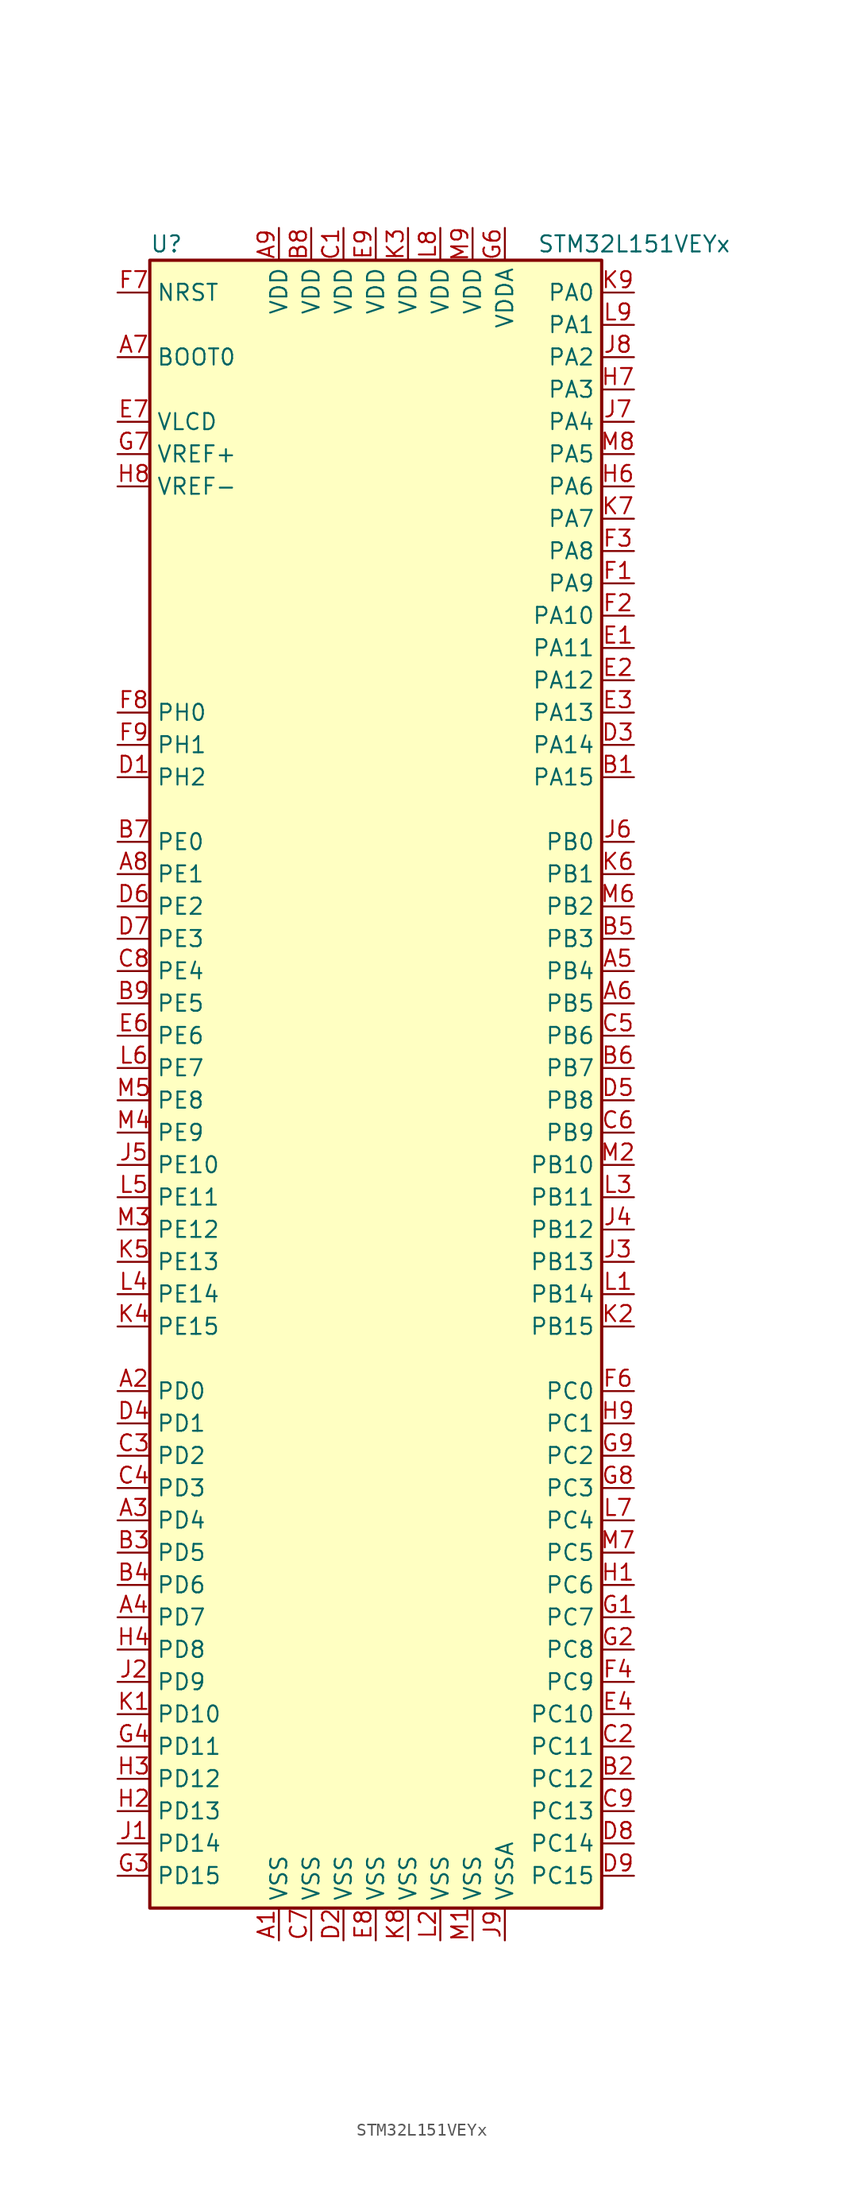
<source format=kicad_sym>
(kicad_symbol_lib
  (version 20201005)
  (generator kicad_symbol_editor)
  (symbol "MCU_ST_STM32L1:STM32L151VEYx"
    (property "Reference" "U"
      (at -17.78 64.77 0)
      (effects (font (size 1.27 1.27)) (justify left)))
    (property "Value" "STM32L151VEYx"
      (at 12.7 64.77 0)
      (effects (font (size 1.27 1.27)) (justify left)))
    (symbol "STM32L151VEYx_0_1"
      (rectangle (start -17.78 -66.04) (end 17.78 63.5) (stroke (width 0.254)) (fill (type background))))
    (symbol "STM32L151VEYx_1_1"
      (pin input line (at -20.32 55.88 0) (length 2.54) (name "BOOT0" (effects (font (size 1.27 1.27)))) (number "A7" (effects (font (size 1.27 1.27)))))
      (pin input line (at -20.32 60.96 0) (length 2.54) (name "NRST" (effects (font (size 1.27 1.27)))) (number "F7" (effects (font (size 1.27 1.27)))))
      (pin bidirectional line (at 20.32 60.96 180) (length 2.54) (name "PA0" (effects (font (size 1.27 1.27)))) (number "K9" (effects (font (size 1.27 1.27)))))
      (pin bidirectional line (at 20.32 58.42 180) (length 2.54) (name "PA1" (effects (font (size 1.27 1.27)))) (number "L9" (effects (font (size 1.27 1.27)))))
      (pin bidirectional line (at 20.32 35.56 180) (length 2.54) (name "PA10" (effects (font (size 1.27 1.27)))) (number "F2" (effects (font (size 1.27 1.27)))))
      (pin bidirectional line (at 20.32 33.02 180) (length 2.54) (name "PA11" (effects (font (size 1.27 1.27)))) (number "E1" (effects (font (size 1.27 1.27)))))
      (pin bidirectional line (at 20.32 30.48 180) (length 2.54) (name "PA12" (effects (font (size 1.27 1.27)))) (number "E2" (effects (font (size 1.27 1.27)))))
      (pin bidirectional line (at 20.32 27.94 180) (length 2.54) (name "PA13" (effects (font (size 1.27 1.27)))) (number "E3" (effects (font (size 1.27 1.27)))))
      (pin bidirectional line (at 20.32 25.4 180) (length 2.54) (name "PA14" (effects (font (size 1.27 1.27)))) (number "D3" (effects (font (size 1.27 1.27)))))
      (pin bidirectional line (at 20.32 22.86 180) (length 2.54) (name "PA15" (effects (font (size 1.27 1.27)))) (number "B1" (effects (font (size 1.27 1.27)))))
      (pin bidirectional line (at 20.32 55.88 180) (length 2.54) (name "PA2" (effects (font (size 1.27 1.27)))) (number "J8" (effects (font (size 1.27 1.27)))))
      (pin bidirectional line (at 20.32 53.34 180) (length 2.54) (name "PA3" (effects (font (size 1.27 1.27)))) (number "H7" (effects (font (size 1.27 1.27)))))
      (pin bidirectional line (at 20.32 50.8 180) (length 2.54) (name "PA4" (effects (font (size 1.27 1.27)))) (number "J7" (effects (font (size 1.27 1.27)))))
      (pin bidirectional line (at 20.32 48.26 180) (length 2.54) (name "PA5" (effects (font (size 1.27 1.27)))) (number "M8" (effects (font (size 1.27 1.27)))))
      (pin bidirectional line (at 20.32 45.72 180) (length 2.54) (name "PA6" (effects (font (size 1.27 1.27)))) (number "H6" (effects (font (size 1.27 1.27)))))
      (pin bidirectional line (at 20.32 43.18 180) (length 2.54) (name "PA7" (effects (font (size 1.27 1.27)))) (number "K7" (effects (font (size 1.27 1.27)))))
      (pin bidirectional line (at 20.32 40.64 180) (length 2.54) (name "PA8" (effects (font (size 1.27 1.27)))) (number "F3" (effects (font (size 1.27 1.27)))))
      (pin bidirectional line (at 20.32 38.1 180) (length 2.54) (name "PA9" (effects (font (size 1.27 1.27)))) (number "F1" (effects (font (size 1.27 1.27)))))
      (pin bidirectional line (at 20.32 17.78 180) (length 2.54) (name "PB0" (effects (font (size 1.27 1.27)))) (number "J6" (effects (font (size 1.27 1.27)))))
      (pin bidirectional line (at 20.32 15.24 180) (length 2.54) (name "PB1" (effects (font (size 1.27 1.27)))) (number "K6" (effects (font (size 1.27 1.27)))))
      (pin bidirectional line (at 20.32 -7.62 180) (length 2.54) (name "PB10" (effects (font (size 1.27 1.27)))) (number "M2" (effects (font (size 1.27 1.27)))))
      (pin bidirectional line (at 20.32 -10.16 180) (length 2.54) (name "PB11" (effects (font (size 1.27 1.27)))) (number "L3" (effects (font (size 1.27 1.27)))))
      (pin bidirectional line (at 20.32 -12.7 180) (length 2.54) (name "PB12" (effects (font (size 1.27 1.27)))) (number "J4" (effects (font (size 1.27 1.27)))))
      (pin bidirectional line (at 20.32 -15.24 180) (length 2.54) (name "PB13" (effects (font (size 1.27 1.27)))) (number "J3" (effects (font (size 1.27 1.27)))))
      (pin bidirectional line (at 20.32 -17.78 180) (length 2.54) (name "PB14" (effects (font (size 1.27 1.27)))) (number "L1" (effects (font (size 1.27 1.27)))))
      (pin bidirectional line (at 20.32 -20.32 180) (length 2.54) (name "PB15" (effects (font (size 1.27 1.27)))) (number "K2" (effects (font (size 1.27 1.27)))))
      (pin bidirectional line (at 20.32 12.7 180) (length 2.54) (name "PB2" (effects (font (size 1.27 1.27)))) (number "M6" (effects (font (size 1.27 1.27)))))
      (pin bidirectional line (at 20.32 10.16 180) (length 2.54) (name "PB3" (effects (font (size 1.27 1.27)))) (number "B5" (effects (font (size 1.27 1.27)))))
      (pin bidirectional line (at 20.32 7.62 180) (length 2.54) (name "PB4" (effects (font (size 1.27 1.27)))) (number "A5" (effects (font (size 1.27 1.27)))))
      (pin bidirectional line (at 20.32 5.08 180) (length 2.54) (name "PB5" (effects (font (size 1.27 1.27)))) (number "A6" (effects (font (size 1.27 1.27)))))
      (pin bidirectional line (at 20.32 2.54 180) (length 2.54) (name "PB6" (effects (font (size 1.27 1.27)))) (number "C5" (effects (font (size 1.27 1.27)))))
      (pin bidirectional line (at 20.32 0 180) (length 2.54) (name "PB7" (effects (font (size 1.27 1.27)))) (number "B6" (effects (font (size 1.27 1.27)))))
      (pin bidirectional line (at 20.32 -2.54 180) (length 2.54) (name "PB8" (effects (font (size 1.27 1.27)))) (number "D5" (effects (font (size 1.27 1.27)))))
      (pin bidirectional line (at 20.32 -5.08 180) (length 2.54) (name "PB9" (effects (font (size 1.27 1.27)))) (number "C6" (effects (font (size 1.27 1.27)))))
      (pin bidirectional line (at 20.32 -25.4 180) (length 2.54) (name "PC0" (effects (font (size 1.27 1.27)))) (number "F6" (effects (font (size 1.27 1.27)))))
      (pin bidirectional line (at 20.32 -27.94 180) (length 2.54) (name "PC1" (effects (font (size 1.27 1.27)))) (number "H9" (effects (font (size 1.27 1.27)))))
      (pin bidirectional line (at 20.32 -50.8 180) (length 2.54) (name "PC10" (effects (font (size 1.27 1.27)))) (number "E4" (effects (font (size 1.27 1.27)))))
      (pin bidirectional line (at 20.32 -53.34 180) (length 2.54) (name "PC11" (effects (font (size 1.27 1.27)))) (number "C2" (effects (font (size 1.27 1.27)))))
      (pin bidirectional line (at 20.32 -55.88 180) (length 2.54) (name "PC12" (effects (font (size 1.27 1.27)))) (number "B2" (effects (font (size 1.27 1.27)))))
      (pin bidirectional line (at 20.32 -58.42 180) (length 2.54) (name "PC13" (effects (font (size 1.27 1.27)))) (number "C9" (effects (font (size 1.27 1.27)))))
      (pin bidirectional line (at 20.32 -60.96 180) (length 2.54) (name "PC14" (effects (font (size 1.27 1.27)))) (number "D8" (effects (font (size 1.27 1.27)))))
      (pin bidirectional line (at 20.32 -63.5 180) (length 2.54) (name "PC15" (effects (font (size 1.27 1.27)))) (number "D9" (effects (font (size 1.27 1.27)))))
      (pin bidirectional line (at 20.32 -30.48 180) (length 2.54) (name "PC2" (effects (font (size 1.27 1.27)))) (number "G9" (effects (font (size 1.27 1.27)))))
      (pin bidirectional line (at 20.32 -33.02 180) (length 2.54) (name "PC3" (effects (font (size 1.27 1.27)))) (number "G8" (effects (font (size 1.27 1.27)))))
      (pin bidirectional line (at 20.32 -35.56 180) (length 2.54) (name "PC4" (effects (font (size 1.27 1.27)))) (number "L7" (effects (font (size 1.27 1.27)))))
      (pin bidirectional line (at 20.32 -38.1 180) (length 2.54) (name "PC5" (effects (font (size 1.27 1.27)))) (number "M7" (effects (font (size 1.27 1.27)))))
      (pin bidirectional line (at 20.32 -40.64 180) (length 2.54) (name "PC6" (effects (font (size 1.27 1.27)))) (number "H1" (effects (font (size 1.27 1.27)))))
      (pin bidirectional line (at 20.32 -43.18 180) (length 2.54) (name "PC7" (effects (font (size 1.27 1.27)))) (number "G1" (effects (font (size 1.27 1.27)))))
      (pin bidirectional line (at 20.32 -45.72 180) (length 2.54) (name "PC8" (effects (font (size 1.27 1.27)))) (number "G2" (effects (font (size 1.27 1.27)))))
      (pin bidirectional line (at 20.32 -48.26 180) (length 2.54) (name "PC9" (effects (font (size 1.27 1.27)))) (number "F4" (effects (font (size 1.27 1.27)))))
      (pin bidirectional line (at -20.32 -25.4 0) (length 2.54) (name "PD0" (effects (font (size 1.27 1.27)))) (number "A2" (effects (font (size 1.27 1.27)))))
      (pin bidirectional line (at -20.32 -27.94 0) (length 2.54) (name "PD1" (effects (font (size 1.27 1.27)))) (number "D4" (effects (font (size 1.27 1.27)))))
      (pin bidirectional line (at -20.32 -50.8 0) (length 2.54) (name "PD10" (effects (font (size 1.27 1.27)))) (number "K1" (effects (font (size 1.27 1.27)))))
      (pin bidirectional line (at -20.32 -53.34 0) (length 2.54) (name "PD11" (effects (font (size 1.27 1.27)))) (number "G4" (effects (font (size 1.27 1.27)))))
      (pin bidirectional line (at -20.32 -55.88 0) (length 2.54) (name "PD12" (effects (font (size 1.27 1.27)))) (number "H3" (effects (font (size 1.27 1.27)))))
      (pin bidirectional line (at -20.32 -58.42 0) (length 2.54) (name "PD13" (effects (font (size 1.27 1.27)))) (number "H2" (effects (font (size 1.27 1.27)))))
      (pin bidirectional line (at -20.32 -60.96 0) (length 2.54) (name "PD14" (effects (font (size 1.27 1.27)))) (number "J1" (effects (font (size 1.27 1.27)))))
      (pin bidirectional line (at -20.32 -63.5 0) (length 2.54) (name "PD15" (effects (font (size 1.27 1.27)))) (number "G3" (effects (font (size 1.27 1.27)))))
      (pin bidirectional line (at -20.32 -30.48 0) (length 2.54) (name "PD2" (effects (font (size 1.27 1.27)))) (number "C3" (effects (font (size 1.27 1.27)))))
      (pin bidirectional line (at -20.32 -33.02 0) (length 2.54) (name "PD3" (effects (font (size 1.27 1.27)))) (number "C4" (effects (font (size 1.27 1.27)))))
      (pin bidirectional line (at -20.32 -35.56 0) (length 2.54) (name "PD4" (effects (font (size 1.27 1.27)))) (number "A3" (effects (font (size 1.27 1.27)))))
      (pin bidirectional line (at -20.32 -38.1 0) (length 2.54) (name "PD5" (effects (font (size 1.27 1.27)))) (number "B3" (effects (font (size 1.27 1.27)))))
      (pin bidirectional line (at -20.32 -40.64 0) (length 2.54) (name "PD6" (effects (font (size 1.27 1.27)))) (number "B4" (effects (font (size 1.27 1.27)))))
      (pin bidirectional line (at -20.32 -43.18 0) (length 2.54) (name "PD7" (effects (font (size 1.27 1.27)))) (number "A4" (effects (font (size 1.27 1.27)))))
      (pin bidirectional line (at -20.32 -45.72 0) (length 2.54) (name "PD8" (effects (font (size 1.27 1.27)))) (number "H4" (effects (font (size 1.27 1.27)))))
      (pin bidirectional line (at -20.32 -48.26 0) (length 2.54) (name "PD9" (effects (font (size 1.27 1.27)))) (number "J2" (effects (font (size 1.27 1.27)))))
      (pin bidirectional line (at -20.32 17.78 0) (length 2.54) (name "PE0" (effects (font (size 1.27 1.27)))) (number "B7" (effects (font (size 1.27 1.27)))))
      (pin bidirectional line (at -20.32 15.24 0) (length 2.54) (name "PE1" (effects (font (size 1.27 1.27)))) (number "A8" (effects (font (size 1.27 1.27)))))
      (pin bidirectional line (at -20.32 -7.62 0) (length 2.54) (name "PE10" (effects (font (size 1.27 1.27)))) (number "J5" (effects (font (size 1.27 1.27)))))
      (pin bidirectional line (at -20.32 -10.16 0) (length 2.54) (name "PE11" (effects (font (size 1.27 1.27)))) (number "L5" (effects (font (size 1.27 1.27)))))
      (pin bidirectional line (at -20.32 -12.7 0) (length 2.54) (name "PE12" (effects (font (size 1.27 1.27)))) (number "M3" (effects (font (size 1.27 1.27)))))
      (pin bidirectional line (at -20.32 -15.24 0) (length 2.54) (name "PE13" (effects (font (size 1.27 1.27)))) (number "K5" (effects (font (size 1.27 1.27)))))
      (pin bidirectional line (at -20.32 -17.78 0) (length 2.54) (name "PE14" (effects (font (size 1.27 1.27)))) (number "L4" (effects (font (size 1.27 1.27)))))
      (pin bidirectional line (at -20.32 -20.32 0) (length 2.54) (name "PE15" (effects (font (size 1.27 1.27)))) (number "K4" (effects (font (size 1.27 1.27)))))
      (pin bidirectional line (at -20.32 12.7 0) (length 2.54) (name "PE2" (effects (font (size 1.27 1.27)))) (number "D6" (effects (font (size 1.27 1.27)))))
      (pin bidirectional line (at -20.32 10.16 0) (length 2.54) (name "PE3" (effects (font (size 1.27 1.27)))) (number "D7" (effects (font (size 1.27 1.27)))))
      (pin bidirectional line (at -20.32 7.62 0) (length 2.54) (name "PE4" (effects (font (size 1.27 1.27)))) (number "C8" (effects (font (size 1.27 1.27)))))
      (pin bidirectional line (at -20.32 5.08 0) (length 2.54) (name "PE5" (effects (font (size 1.27 1.27)))) (number "B9" (effects (font (size 1.27 1.27)))))
      (pin bidirectional line (at -20.32 2.54 0) (length 2.54) (name "PE6" (effects (font (size 1.27 1.27)))) (number "E6" (effects (font (size 1.27 1.27)))))
      (pin bidirectional line (at -20.32 0 0) (length 2.54) (name "PE7" (effects (font (size 1.27 1.27)))) (number "L6" (effects (font (size 1.27 1.27)))))
      (pin bidirectional line (at -20.32 -2.54 0) (length 2.54) (name "PE8" (effects (font (size 1.27 1.27)))) (number "M5" (effects (font (size 1.27 1.27)))))
      (pin bidirectional line (at -20.32 -5.08 0) (length 2.54) (name "PE9" (effects (font (size 1.27 1.27)))) (number "M4" (effects (font (size 1.27 1.27)))))
      (pin input line (at -20.32 27.94 0) (length 2.54) (name "PH0" (effects (font (size 1.27 1.27)))) (number "F8" (effects (font (size 1.27 1.27)))))
      (pin input line (at -20.32 25.4 0) (length 2.54) (name "PH1" (effects (font (size 1.27 1.27)))) (number "F9" (effects (font (size 1.27 1.27)))))
      (pin bidirectional line (at -20.32 22.86 0) (length 2.54) (name "PH2" (effects (font (size 1.27 1.27)))) (number "D1" (effects (font (size 1.27 1.27)))))
      (pin power_in line (at -7.62 66.04 270) (length 2.54) (name "VDD" (effects (font (size 1.27 1.27)))) (number "A9" (effects (font (size 1.27 1.27)))))
      (pin power_in line (at -5.08 66.04 270) (length 2.54) (name "VDD" (effects (font (size 1.27 1.27)))) (number "B8" (effects (font (size 1.27 1.27)))))
      (pin power_in line (at -2.54 66.04 270) (length 2.54) (name "VDD" (effects (font (size 1.27 1.27)))) (number "C1" (effects (font (size 1.27 1.27)))))
      (pin power_in line (at 0 66.04 270) (length 2.54) (name "VDD" (effects (font (size 1.27 1.27)))) (number "E9" (effects (font (size 1.27 1.27)))))
      (pin power_in line (at 2.54 66.04 270) (length 2.54) (name "VDD" (effects (font (size 1.27 1.27)))) (number "K3" (effects (font (size 1.27 1.27)))))
      (pin power_in line (at 5.08 66.04 270) (length 2.54) (name "VDD" (effects (font (size 1.27 1.27)))) (number "L8" (effects (font (size 1.27 1.27)))))
      (pin power_in line (at 7.62 66.04 270) (length 2.54) (name "VDD" (effects (font (size 1.27 1.27)))) (number "M9" (effects (font (size 1.27 1.27)))))
      (pin power_in line (at 10.16 66.04 270) (length 2.54) (name "VDDA" (effects (font (size 1.27 1.27)))) (number "G6" (effects (font (size 1.27 1.27)))))
      (pin power_in line (at -20.32 50.8 0) (length 2.54) (name "VLCD" (effects (font (size 1.27 1.27)))) (number "E7" (effects (font (size 1.27 1.27)))))
      (pin power_in line (at -20.32 48.26 0) (length 2.54) (name "VREF+" (effects (font (size 1.27 1.27)))) (number "G7" (effects (font (size 1.27 1.27)))))
      (pin power_in line (at -20.32 45.72 0) (length 2.54) (name "VREF-" (effects (font (size 1.27 1.27)))) (number "H8" (effects (font (size 1.27 1.27)))))
      (pin power_in line (at -7.62 -68.58 90) (length 2.54) (name "VSS" (effects (font (size 1.27 1.27)))) (number "A1" (effects (font (size 1.27 1.27)))))
      (pin power_in line (at -5.08 -68.58 90) (length 2.54) (name "VSS" (effects (font (size 1.27 1.27)))) (number "C7" (effects (font (size 1.27 1.27)))))
      (pin power_in line (at -2.54 -68.58 90) (length 2.54) (name "VSS" (effects (font (size 1.27 1.27)))) (number "D2" (effects (font (size 1.27 1.27)))))
      (pin power_in line (at 0 -68.58 90) (length 2.54) (name "VSS" (effects (font (size 1.27 1.27)))) (number "E8" (effects (font (size 1.27 1.27)))))
      (pin power_in line (at 2.54 -68.58 90) (length 2.54) (name "VSS" (effects (font (size 1.27 1.27)))) (number "K8" (effects (font (size 1.27 1.27)))))
      (pin power_in line (at 5.08 -68.58 90) (length 2.54) (name "VSS" (effects (font (size 1.27 1.27)))) (number "L2" (effects (font (size 1.27 1.27)))))
      (pin power_in line (at 7.62 -68.58 90) (length 2.54) (name "VSS" (effects (font (size 1.27 1.27)))) (number "M1" (effects (font (size 1.27 1.27)))))
      (pin power_in line (at 10.16 -68.58 90) (length 2.54) (name "VSSA" (effects (font (size 1.27 1.27)))) (number "J9" (effects (font (size 1.27 1.27))))))))
</source>
